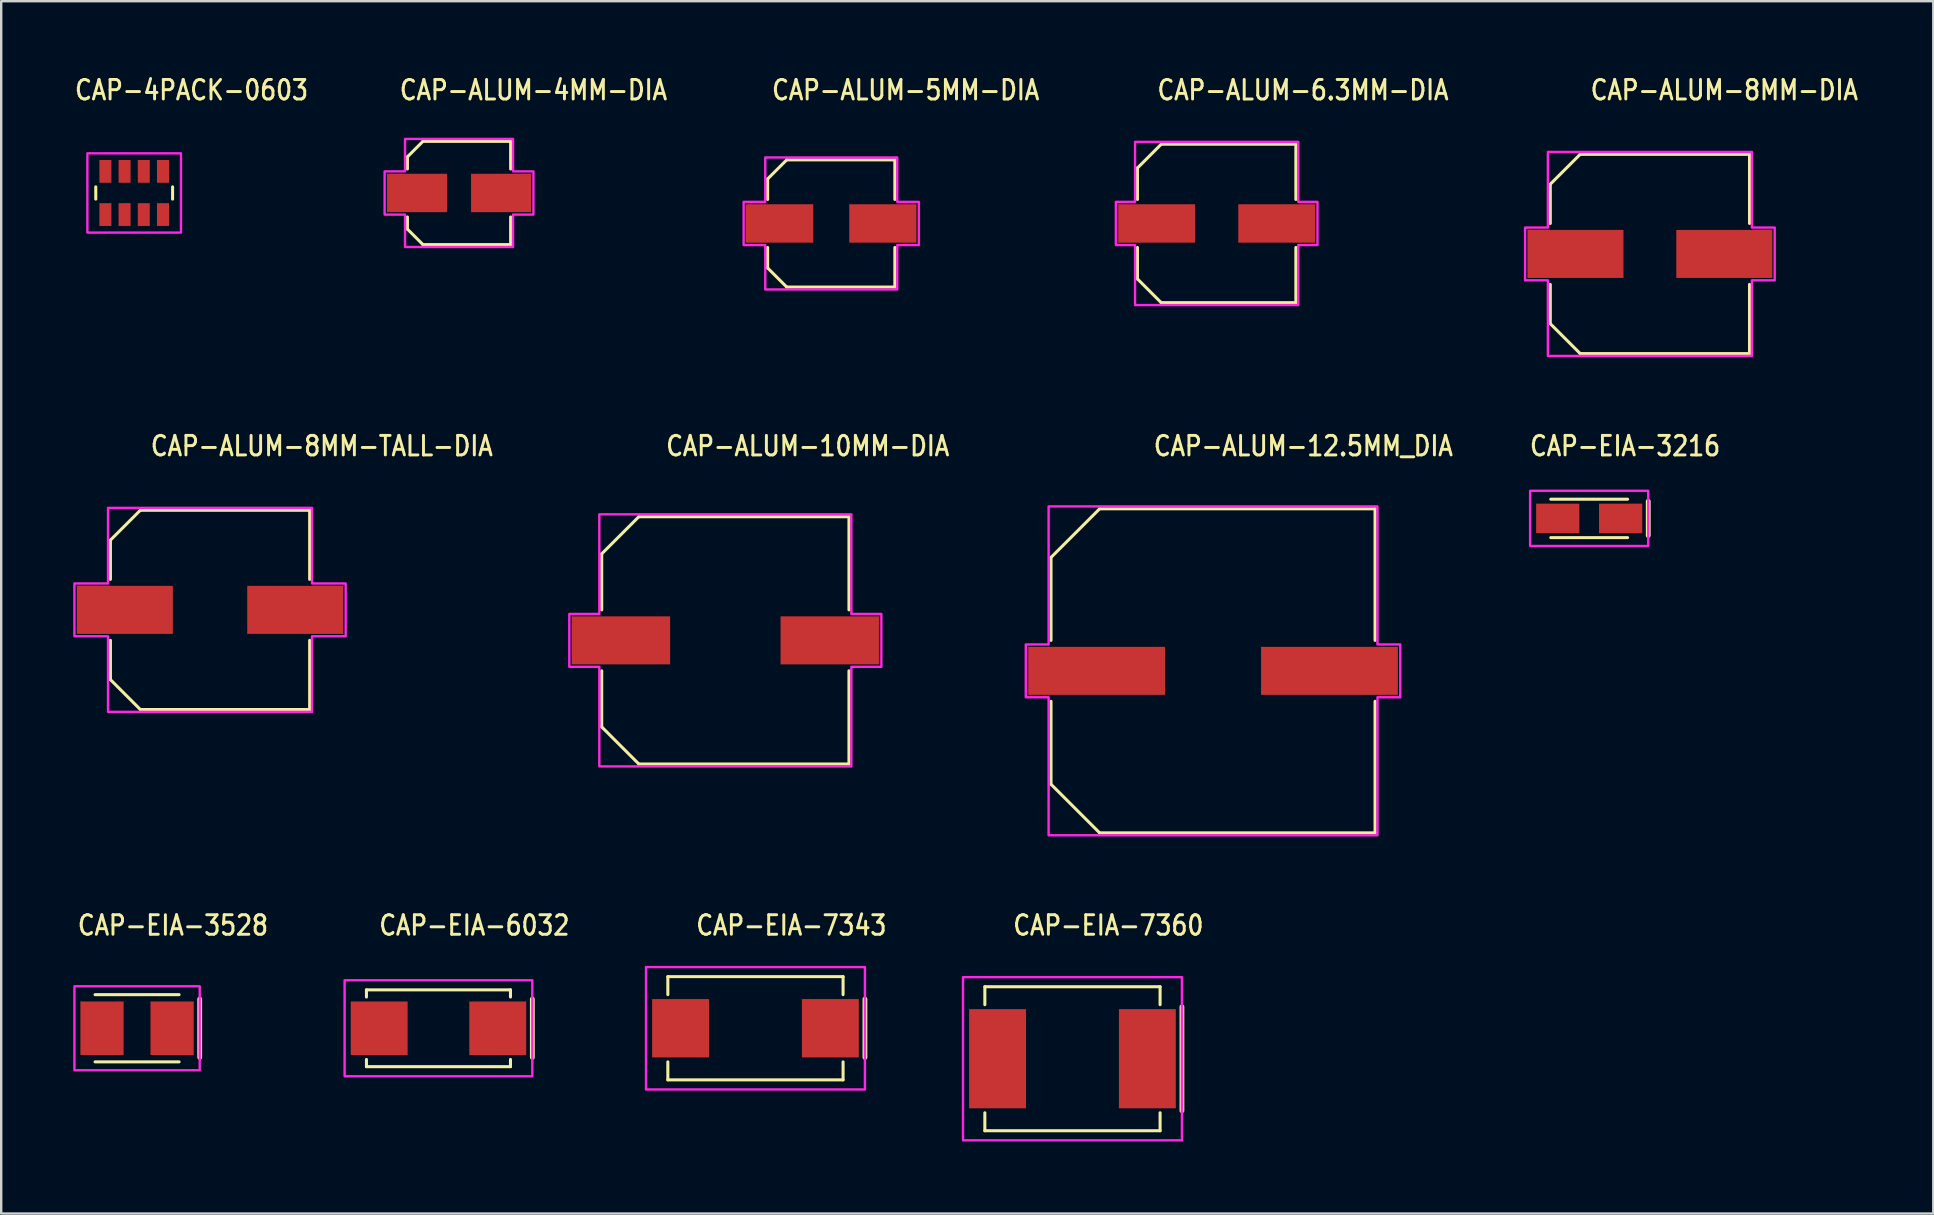
<source format=kicad_pcb>
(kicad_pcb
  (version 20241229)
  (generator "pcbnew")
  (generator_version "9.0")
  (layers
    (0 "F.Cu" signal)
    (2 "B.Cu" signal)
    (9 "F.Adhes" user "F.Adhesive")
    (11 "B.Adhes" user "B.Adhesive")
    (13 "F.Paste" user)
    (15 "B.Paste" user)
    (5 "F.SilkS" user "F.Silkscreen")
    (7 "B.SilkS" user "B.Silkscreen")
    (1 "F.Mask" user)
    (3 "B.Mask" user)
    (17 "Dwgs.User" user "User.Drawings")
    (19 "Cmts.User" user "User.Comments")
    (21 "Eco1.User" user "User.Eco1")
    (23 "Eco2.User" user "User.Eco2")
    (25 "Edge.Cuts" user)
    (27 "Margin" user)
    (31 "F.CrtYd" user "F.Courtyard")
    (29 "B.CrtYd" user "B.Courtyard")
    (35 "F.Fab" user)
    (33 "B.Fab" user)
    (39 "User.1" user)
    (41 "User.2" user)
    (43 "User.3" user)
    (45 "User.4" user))
  (footprint "CAP-ALUM-8MM-DIA"
    (layer "F.Cu")
    (at 65.683 7.529)
    (property "Reference" "CAP-ALUM-8MM-DIA" (at -2.54 -6.35 0) (unlocked yes) (layer "F.SilkS") (effects (font (size 0.813 0.695) (thickness 0.122)) (justify left bottom)))
    (fp_line (start -4.15 -2.905) (end -2.905 -4.15) (stroke (width 0.127) (type solid)) (layer "F.SilkS"))
    (fp_line (start -4.15 -1.27) (end -4.15 -2.905) (stroke (width 0.127) (type solid)) (layer "F.SilkS"))
    (fp_line (start -4.15 2.905) (end -4.15 1.27) (stroke (width 0.127) (type solid)) (layer "F.SilkS"))
    (fp_line (start -2.905 -4.15) (end 4.15 -4.15) (stroke (width 0.127) (type solid)) (layer "F.SilkS"))
    (fp_line (start -2.905 4.15) (end -4.15 2.905) (stroke (width 0.127) (type solid)) (layer "F.SilkS"))
    (fp_line (start 4.15 -4.15) (end 4.15 -1.27) (stroke (width 0.127) (type solid)) (layer "F.SilkS"))
    (fp_line (start 4.15 1.27) (end 4.15 4.15) (stroke (width 0.127) (type solid)) (layer "F.SilkS"))
    (fp_line (start 4.15 4.15) (end -2.905 4.15) (stroke (width 0.127) (type solid)) (layer "F.SilkS"))
    (fp_poly (pts (xy -5.2 -1.1) (xy -4.25 -1.1) (xy -4.25 -4.25) (xy 4.25 -4.25) (xy 4.25 -1.1) (xy 5.2 -1.1) (xy 5.2 1.1) (xy 4.25 1.1) (xy 4.25 4.25) (xy -4.25 4.25) (xy -4.25 1.1) (xy -5.2 1.1)) (stroke (width 0.1) (type solid)) (fill no) (layer "F.CrtYd"))
    (pad "+" smd rect (at -3.1 0) (size 4 2) (layers "F.Cu" "F.Mask" "F.Paste"))
    (pad "-" smd rect (at 3.1 0) (size 4 2) (layers "F.Cu" "F.Mask" "F.Paste")))
  (footprint "CAP-ALUM-4MM-DIA"
    (layer "F.Cu")
    (at 16.073 4.989)
    (property "Reference" "CAP-ALUM-4MM-DIA" (at -2.54 -3.81 0) (unlocked yes) (layer "F.SilkS") (effects (font (size 0.813 0.695) (thickness 0.122)) (justify left bottom)))
    (fp_line (start -2.15 -1.505) (end -2.15 -1) (stroke (width 0.127) (type solid)) (layer "F.SilkS"))
    (fp_line (start -2.15 -1.505) (end -1.505 -2.15) (stroke (width 0.127) (type solid)) (layer "F.SilkS"))
    (fp_line (start -2.15 1) (end -2.15 1.505) (stroke (width 0.127) (type solid)) (layer "F.SilkS"))
    (fp_line (start -1.505 -2.15) (end 2.15 -2.15) (stroke (width 0.127) (type solid)) (layer "F.SilkS"))
    (fp_line (start -1.505 2.15) (end -2.15 1.505) (stroke (width 0.127) (type solid)) (layer "F.SilkS"))
    (fp_line (start 2.15 -2.15) (end 2.15 -1) (stroke (width 0.127) (type solid)) (layer "F.SilkS"))
    (fp_line (start 2.15 1) (end 2.15 2.15) (stroke (width 0.127) (type solid)) (layer "F.SilkS"))
    (fp_line (start 2.15 2.15) (end -1.505 2.15) (stroke (width 0.127) (type solid)) (layer "F.SilkS"))
    (fp_poly (pts (xy -2.25 -0.9) (xy -2.25 -2.25) (xy 2.25 -2.25) (xy 2.25 -0.9) (xy 3.1 -0.9) (xy 3.1 0.9) (xy 2.25 0.9) (xy 2.25 2.25) (xy -2.25 2.25) (xy -2.25 0.9) (xy -3.1 0.9) (xy -3.1 -0.9)) (stroke (width 0.1) (type solid)) (fill no) (layer "F.CrtYd"))
    (pad "+" smd rect (at -1.75 0) (size 2.5 1.6) (layers "F.Cu" "F.Mask" "F.Paste"))
    (pad "-" smd rect (at 1.75 0) (size 2.5 1.6) (layers "F.Cu" "F.Mask" "F.Paste")))
  (footprint "CAP-ALUM-12.5MM_DIA"
    (layer "F.Cu")
    (at 47.484 24.897)
    (property "Reference" "CAP-ALUM-12.5MM_DIA" (at -2.54 -8.89 0) (unlocked yes) (layer "F.SilkS") (effects (font (size 0.813 0.695) (thickness 0.122)) (justify left bottom)))
    (fp_line (start -6.75 -4.725) (end -4.725 -6.75) (stroke (width 0.127) (type solid)) (layer "F.SilkS"))
    (fp_line (start -6.75 -1.27) (end -6.75 -4.725) (stroke (width 0.127) (type solid)) (layer "F.SilkS"))
    (fp_line (start -6.75 4.725) (end -6.75 1.27) (stroke (width 0.127) (type solid)) (layer "F.SilkS"))
    (fp_line (start -4.725 -6.75) (end 6.75 -6.75) (stroke (width 0.127) (type solid)) (layer "F.SilkS"))
    (fp_line (start -4.725 6.75) (end -6.75 4.725) (stroke (width 0.127) (type solid)) (layer "F.SilkS"))
    (fp_line (start 6.75 -6.75) (end 6.75 -1.27) (stroke (width 0.127) (type solid)) (layer "F.SilkS"))
    (fp_line (start 6.75 1.27) (end 6.75 6.75) (stroke (width 0.127) (type solid)) (layer "F.SilkS"))
    (fp_line (start 6.75 6.75) (end -4.725 6.75) (stroke (width 0.127) (type solid)) (layer "F.SilkS"))
    (fp_poly (pts (xy -7.8 -1.1) (xy -6.85 -1.1) (xy -6.85 -6.85) (xy 6.85 -6.85) (xy 6.85 -1.1) (xy 7.8 -1.1) (xy 7.8 1.1) (xy 6.85 1.1) (xy 6.85 6.85) (xy -6.85 6.85) (xy -6.85 1.1) (xy -7.8 1.1)) (stroke (width 0.1) (type solid)) (fill no) (layer "F.CrtYd"))
    (pad "+" smd rect (at -4.85 0) (size 5.7 2) (layers "F.Cu" "F.Mask" "F.Paste"))
    (pad "-" smd rect (at 4.85 0) (size 5.7 2) (layers "F.Cu" "F.Mask" "F.Paste")))
  (footprint "CAP-EIA-3216"
    (layer "F.Cu")
    (at 63.154 18.547)
    (property "Reference" "CAP-EIA-3216" (at -2.54 -2.54 0) (unlocked yes) (layer "F.SilkS") (effects (font (size 0.813 0.695) (thickness 0.122)) (justify left bottom)))
    (fp_line (start -1.6 -0.8) (end 1.6 -0.8) (stroke (width 0.127) (type solid)) (layer "F.SilkS"))
    (fp_line (start -1.6 0.8) (end 1.6 0.8) (stroke (width 0.127) (type solid)) (layer "F.SilkS"))
    (fp_line (start 2.46 -0.715) (end 2.46 0.715) (stroke (width 0.2) (type solid)) (layer "F.SilkS"))
    (fp_poly (pts (xy -2.46 -1.15) (xy 2.46 -1.15) (xy 2.46 1.15) (xy -2.46 1.15)) (stroke (width 0.1) (type solid)) (fill no) (layer "F.CrtYd"))
    (pad "ANODE_+" smd rect (at 1.31 0) (size 1.8 1.23) (layers "F.Cu" "F.Mask" "F.Paste"))
    (pad "CATHODE_-" smd rect (at -1.31 0) (size 1.8 1.23) (layers "F.Cu" "F.Mask" "F.Paste")))
  (footprint "CAP-4PACK-0603"
    (layer "F.Cu")
    (at 2.54 4.989)
    (property "Reference" "CAP-4PACK-0603" (at -2.54 -3.81 0) (unlocked yes) (layer "F.SilkS") (effects (font (size 0.813 0.695) (thickness 0.122)) (justify left bottom)))
    (fp_line (start -1.6 -0.255) (end -1.6 0.255) (stroke (width 0.127) (type solid)) (layer "F.SilkS"))
    (fp_line (start 1.6 -0.255) (end 1.6 0.255) (stroke (width 0.127) (type solid)) (layer "F.SilkS"))
    (fp_poly (pts (xy -1.95 -1.65) (xy -1.95 1.65) (xy 1.95 1.65) (xy 1.95 -1.65)) (stroke (width 0.1) (type solid)) (fill no) (layer "F.CrtYd"))
    (pad "P$1" smd rect (at -1.2 -0.9) (size 0.5 0.95) (layers "F.Cu" "F.Mask" "F.Paste"))
    (pad "P$2" smd rect (at -1.2 0.9) (size 0.5 0.95) (layers "F.Cu" "F.Mask" "F.Paste"))
    (pad "P$3" smd rect (at -0.4 -0.9) (size 0.5 0.95) (layers "F.Cu" "F.Mask" "F.Paste"))
    (pad "P$4" smd rect (at -0.4 0.9) (size 0.5 0.95) (layers "F.Cu" "F.Mask" "F.Paste"))
    (pad "P$5" smd rect (at 0.4 -0.9) (size 0.5 0.95) (layers "F.Cu" "F.Mask" "F.Paste"))
    (pad "P$6" smd rect (at 0.4 0.9) (size 0.5 0.95) (layers "F.Cu" "F.Mask" "F.Paste"))
    (pad "P$7" smd rect (at 1.2 -0.9) (size 0.5 0.95) (layers "F.Cu" "F.Mask" "F.Paste"))
    (pad "P$8" smd rect (at 1.2 0.9) (size 0.5 0.95) (layers "F.Cu" "F.Mask" "F.Paste")))
  (footprint "CAP-EIA-7360"
    (layer "F.Cu")
    (at 41.628 41.056)
    (property "Reference" "CAP-EIA-7360" (at -2.54 -5.08 0) (unlocked yes) (layer "F.SilkS") (effects (font (size 0.813 0.695) (thickness 0.122)) (justify left bottom)))
    (fp_line (start -3.65 -3) (end -3.65 -2.252) (stroke (width 0.127) (type solid)) (layer "F.SilkS"))
    (fp_line (start -3.65 -3) (end 3.65 -3) (stroke (width 0.127) (type solid)) (layer "F.SilkS"))
    (fp_line (start -3.65 2.252) (end -3.65 3) (stroke (width 0.127) (type solid)) (layer "F.SilkS"))
    (fp_line (start -3.65 3) (end 3.65 3) (stroke (width 0.127) (type solid)) (layer "F.SilkS"))
    (fp_line (start 3.65 -3) (end 3.65 -2.252) (stroke (width 0.127) (type solid)) (layer "F.SilkS"))
    (fp_line (start 3.65 2.252) (end 3.65 3) (stroke (width 0.127) (type solid)) (layer "F.SilkS"))
    (fp_line (start 4.56 -2.165) (end 4.56 2.165) (stroke (width 0.2) (type solid)) (layer "F.SilkS"))
    (fp_poly (pts (xy -4.56 -3.4) (xy 4.56 -3.4) (xy 4.56 3.4) (xy -4.56 3.4)) (stroke (width 0.1) (type solid)) (fill no) (layer "F.CrtYd"))
    (pad "ANODE_+" smd rect (at 3.12 0) (size 2.37 4.13) (layers "F.Cu" "F.Mask" "F.Paste"))
    (pad "CATHODE_-" smd rect (at -3.12 0) (size 2.37 4.13) (layers "F.Cu" "F.Mask" "F.Paste")))
  (footprint "CAP-ALUM-8MM-TALL-DIA"
    (layer "F.Cu")
    (at 5.7 22.357)
    (property "Reference" "CAP-ALUM-8MM-TALL-DIA" (at -2.54 -6.35 0) (unlocked yes) (layer "F.SilkS") (effects (font (size 0.813 0.695) (thickness 0.122)) (justify left bottom)))
    (fp_line (start -4.15 -2.905) (end -2.905 -4.15) (stroke (width 0.127) (type solid)) (layer "F.SilkS"))
    (fp_line (start -4.15 -1.27) (end -4.15 -2.905) (stroke (width 0.127) (type solid)) (layer "F.SilkS"))
    (fp_line (start -4.15 2.905) (end -4.15 1.27) (stroke (width 0.127) (type solid)) (layer "F.SilkS"))
    (fp_line (start -2.905 -4.15) (end 4.15 -4.15) (stroke (width 0.127) (type solid)) (layer "F.SilkS"))
    (fp_line (start -2.905 4.15) (end -4.15 2.905) (stroke (width 0.127) (type solid)) (layer "F.SilkS"))
    (fp_line (start 4.15 -4.15) (end 4.15 -1.27) (stroke (width 0.127) (type solid)) (layer "F.SilkS"))
    (fp_line (start 4.15 1.27) (end 4.15 4.15) (stroke (width 0.127) (type solid)) (layer "F.SilkS"))
    (fp_line (start 4.15 4.15) (end -2.905 4.15) (stroke (width 0.127) (type solid)) (layer "F.SilkS"))
    (fp_poly (pts (xy -5.65 -1.1) (xy -4.25 -1.1) (xy -4.25 -4.25) (xy 4.25 -4.25) (xy 4.25 -1.1) (xy 5.65 -1.1) (xy 5.65 1.1) (xy 4.25 1.1) (xy 4.25 4.25) (xy -4.25 4.25) (xy -4.25 1.1) (xy -5.65 1.1)) (stroke (width 0.1) (type solid)) (fill no) (layer "F.CrtYd"))
    (pad "+" smd rect (at -3.55 0) (size 4 2) (layers "F.Cu" "F.Mask" "F.Paste"))
    (pad "-" smd rect (at 3.55 0) (size 4 2) (layers "F.Cu" "F.Mask" "F.Paste")))
  (footprint "CAP-ALUM-10MM-DIA"
    (layer "F.Cu")
    (at 27.167 23.627)
    (property "Reference" "CAP-ALUM-10MM-DIA" (at -2.54 -7.62 0) (unlocked yes) (layer "F.SilkS") (effects (font (size 0.813 0.695) (thickness 0.122)) (justify left bottom)))
    (fp_line (start -5.15 -3.605) (end -3.605 -5.15) (stroke (width 0.127) (type solid)) (layer "F.SilkS"))
    (fp_line (start -5.15 -1.27) (end -5.15 -3.605) (stroke (width 0.127) (type solid)) (layer "F.SilkS"))
    (fp_line (start -5.15 3.605) (end -5.15 1.27) (stroke (width 0.127) (type solid)) (layer "F.SilkS"))
    (fp_line (start -3.605 -5.15) (end 5.15 -5.15) (stroke (width 0.127) (type solid)) (layer "F.SilkS"))
    (fp_line (start -3.605 5.15) (end -5.15 3.605) (stroke (width 0.127) (type solid)) (layer "F.SilkS"))
    (fp_line (start 5.15 -5.15) (end 5.15 -1.27) (stroke (width 0.127) (type solid)) (layer "F.SilkS"))
    (fp_line (start 5.15 1.27) (end 5.15 5.15) (stroke (width 0.127) (type solid)) (layer "F.SilkS"))
    (fp_line (start 5.15 5.15) (end -3.605 5.15) (stroke (width 0.127) (type solid)) (layer "F.SilkS"))
    (fp_poly (pts (xy -6.5 -1.1) (xy -5.25 -1.1) (xy -5.25 -5.25) (xy 5.25 -5.25) (xy 5.25 -1.1) (xy 6.5 -1.1) (xy 6.5 1.1) (xy 5.25 1.1) (xy 5.25 5.25) (xy -5.25 5.25) (xy -5.25 1.1) (xy -6.5 1.1)) (stroke (width 0.1) (type solid)) (fill no) (layer "F.CrtYd"))
    (pad "+" smd rect (at -4.35 0) (size 4.1 2) (layers "F.Cu" "F.Mask" "F.Paste"))
    (pad "-" smd rect (at 4.35 0) (size 4.1 2) (layers "F.Cu" "F.Mask" "F.Paste")))
  (footprint "CAP-ALUM-6.3MM-DIA"
    (layer "F.Cu")
    (at 47.635 6.259)
    (property "Reference" "CAP-ALUM-6.3MM-DIA" (at -2.54 -5.08 0) (unlocked yes) (layer "F.SilkS") (effects (font (size 0.813 0.695) (thickness 0.122)) (justify left bottom)))
    (fp_line (start -3.3 -2.31) (end -2.31 -3.3) (stroke (width 0.127) (type solid)) (layer "F.SilkS"))
    (fp_line (start -3.3 -1) (end -3.3 -2.31) (stroke (width 0.127) (type solid)) (layer "F.SilkS"))
    (fp_line (start -3.3 2.31) (end -3.3 1) (stroke (width 0.127) (type solid)) (layer "F.SilkS"))
    (fp_line (start -2.31 -3.3) (end 3.3 -3.3) (stroke (width 0.127) (type solid)) (layer "F.SilkS"))
    (fp_line (start -2.31 3.3) (end -3.3 2.31) (stroke (width 0.127) (type solid)) (layer "F.SilkS"))
    (fp_line (start 3.3 -3.3) (end 3.3 -1) (stroke (width 0.127) (type solid)) (layer "F.SilkS"))
    (fp_line (start 3.3 1) (end 3.3 3.3) (stroke (width 0.127) (type solid)) (layer "F.SilkS"))
    (fp_line (start 3.3 3.3) (end -2.31 3.3) (stroke (width 0.127) (type solid)) (layer "F.SilkS"))
    (fp_poly (pts (xy -3.4 -0.9) (xy -3.4 -3.4) (xy 3.4 -3.4) (xy 3.4 -0.9) (xy 4.2 -0.9) (xy 4.2 0.9) (xy 3.4 0.9) (xy 3.4 3.4) (xy -3.4 3.4) (xy -3.4 0.9) (xy -4.2 0.9) (xy -4.2 -0.9)) (stroke (width 0.1) (type solid)) (fill no) (layer "F.CrtYd"))
    (pad "+" smd rect (at -2.5 0) (size 3.2 1.6) (layers "F.Cu" "F.Mask" "F.Paste"))
    (pad "-" smd rect (at 2.5 0) (size 3.2 1.6) (layers "F.Cu" "F.Mask" "F.Paste")))
  (footprint "CAP-EIA-3528"
    (layer "F.Cu")
    (at 2.66 39.786)
    (property "Reference" "CAP-EIA-3528" (at -2.54 -3.81 0) (unlocked yes) (layer "F.SilkS") (effects (font (size 0.813 0.695) (thickness 0.122)) (justify left bottom)))
    (fp_line (start -1.75 -1.4) (end 1.75 -1.4) (stroke (width 0.127) (type solid)) (layer "F.SilkS"))
    (fp_line (start -1.75 1.4) (end 1.75 1.4) (stroke (width 0.127) (type solid)) (layer "F.SilkS"))
    (fp_line (start 2.61 -1.215) (end 2.61 1.215) (stroke (width 0.2) (type solid)) (layer "F.SilkS"))
    (fp_poly (pts (xy -2.61 -1.75) (xy 2.61 -1.75) (xy 2.61 1.75) (xy -2.61 1.75)) (stroke (width 0.1) (type solid)) (fill no) (layer "F.CrtYd"))
    (pad "ANODE_+" smd rect (at 1.46 0) (size 1.8 2.23) (layers "F.Cu" "F.Mask" "F.Paste"))
    (pad "CATHODE_-" smd rect (at -1.46 0) (size 1.8 2.23) (layers "F.Cu" "F.Mask" "F.Paste")))
  (footprint "CAP-EIA-7343"
    (layer "F.Cu")
    (at 28.422 39.786)
    (property "Reference" "CAP-EIA-7343" (at -2.54 -3.81 0) (unlocked yes) (layer "F.SilkS") (effects (font (size 0.813 0.695) (thickness 0.122)) (justify left bottom)))
    (fp_line (start -3.65 -2.15) (end -3.65 -1.401) (stroke (width 0.127) (type solid)) (layer "F.SilkS"))
    (fp_line (start -3.65 -2.15) (end 3.65 -2.15) (stroke (width 0.127) (type solid)) (layer "F.SilkS"))
    (fp_line (start -3.65 1.401) (end -3.65 2.15) (stroke (width 0.127) (type solid)) (layer "F.SilkS"))
    (fp_line (start -3.65 2.15) (end 3.65 2.15) (stroke (width 0.127) (type solid)) (layer "F.SilkS"))
    (fp_line (start 3.65 -2.15) (end 3.65 -1.401) (stroke (width 0.127) (type solid)) (layer "F.SilkS"))
    (fp_line (start 3.65 1.401) (end 3.65 2.15) (stroke (width 0.127) (type solid)) (layer "F.SilkS"))
    (fp_line (start 4.56 -1.215) (end 4.56 1.215) (stroke (width 0.2) (type solid)) (layer "F.SilkS"))
    (fp_poly (pts (xy -4.56 -2.55) (xy 4.56 -2.55) (xy 4.56 2.55) (xy -4.56 2.55)) (stroke (width 0.1) (type solid)) (fill no) (layer "F.CrtYd"))
    (pad "ANODE_+" smd rect (at 3.12 0) (size 2.37 2.43) (layers "F.Cu" "F.Mask" "F.Paste"))
    (pad "CATHODE_-" smd rect (at -3.12 0) (size 2.37 2.43) (layers "F.Cu" "F.Mask" "F.Paste")))
  (footprint "CAP-EIA-6032"
    (layer "F.Cu")
    (at 15.216 39.786)
    (property "Reference" "CAP-EIA-6032" (at -2.54 -3.81 0) (unlocked yes) (layer "F.SilkS") (effects (font (size 0.813 0.695) (thickness 0.122)) (justify left bottom)))
    (fp_line (start -3 -1.6) (end -3 -1.3) (stroke (width 0.127) (type solid)) (layer "F.SilkS"))
    (fp_line (start -3 -1.6) (end 3 -1.6) (stroke (width 0.127) (type solid)) (layer "F.SilkS"))
    (fp_line (start -3 1.3) (end -3 1.6) (stroke (width 0.127) (type solid)) (layer "F.SilkS"))
    (fp_line (start -3 1.6) (end 3 1.6) (stroke (width 0.127) (type solid)) (layer "F.SilkS"))
    (fp_line (start 3 -1.6) (end 3 -1.3) (stroke (width 0.127) (type solid)) (layer "F.SilkS"))
    (fp_line (start 3 1.3) (end 3 1.6) (stroke (width 0.127) (type solid)) (layer "F.SilkS"))
    (fp_line (start 3.91 -1.215) (end 3.91 1.215) (stroke (width 0.2) (type solid)) (layer "F.SilkS"))
    (fp_poly (pts (xy -3.91 -2) (xy 3.91 -2) (xy 3.91 2) (xy -3.91 2)) (stroke (width 0.1) (type solid)) (fill no) (layer "F.CrtYd"))
    (pad "ANODE_+" smd rect (at 2.47 0) (size 2.37 2.23) (layers "F.Cu" "F.Mask" "F.Paste"))
    (pad "CATHODE_-" smd rect (at -2.47 0) (size 2.37 2.23) (layers "F.Cu" "F.Mask" "F.Paste")))
  (footprint "CAP-ALUM-5MM-DIA"
    (layer "F.Cu")
    (at 31.579 6.259)
    (property "Reference" "CAP-ALUM-5MM-DIA" (at -2.54 -5.08 0) (unlocked yes) (layer "F.SilkS") (effects (font (size 0.813 0.695) (thickness 0.122)) (justify left bottom)))
    (fp_line (start -2.65 -1.855) (end -2.65 -1) (stroke (width 0.127) (type solid)) (layer "F.SilkS"))
    (fp_line (start -2.65 -1.855) (end -1.855 -2.65) (stroke (width 0.127) (type solid)) (layer "F.SilkS"))
    (fp_line (start -2.65 1) (end -2.65 1.855) (stroke (width 0.127) (type solid)) (layer "F.SilkS"))
    (fp_line (start -1.855 -2.65) (end 2.65 -2.65) (stroke (width 0.127) (type solid)) (layer "F.SilkS"))
    (fp_line (start -1.855 2.65) (end -2.65 1.855) (stroke (width 0.127) (type solid)) (layer "F.SilkS"))
    (fp_line (start 2.65 -2.65) (end 2.65 -1) (stroke (width 0.127) (type solid)) (layer "F.SilkS"))
    (fp_line (start 2.65 1) (end 2.65 2.65) (stroke (width 0.127) (type solid)) (layer "F.SilkS"))
    (fp_line (start 2.65 2.65) (end -1.855 2.65) (stroke (width 0.127) (type solid)) (layer "F.SilkS"))
    (fp_poly (pts (xy -2.75 -0.9) (xy -2.75 -2.75) (xy 2.75 -2.75) (xy 2.75 -0.9) (xy 3.65 -0.9) (xy 3.65 0.9) (xy 2.75 0.9) (xy 2.75 2.75) (xy -2.75 2.75) (xy -2.75 0.9) (xy -3.65 0.9) (xy -3.65 -0.9)) (stroke (width 0.1) (type solid)) (fill no) (layer "F.CrtYd"))
    (pad "+" smd rect (at -2.15 0) (size 2.8 1.6) (layers "F.Cu" "F.Mask" "F.Paste"))
    (pad "-" smd rect (at 2.15 0) (size 2.8 1.6) (layers "F.Cu" "F.Mask" "F.Paste")))
  (gr_rect
    (start -3 -3)
    (end 77.489 47.506)
    (stroke (width 0.1) (type default))
    (fill no)
    (layer "Edge.Cuts")))
</source>
